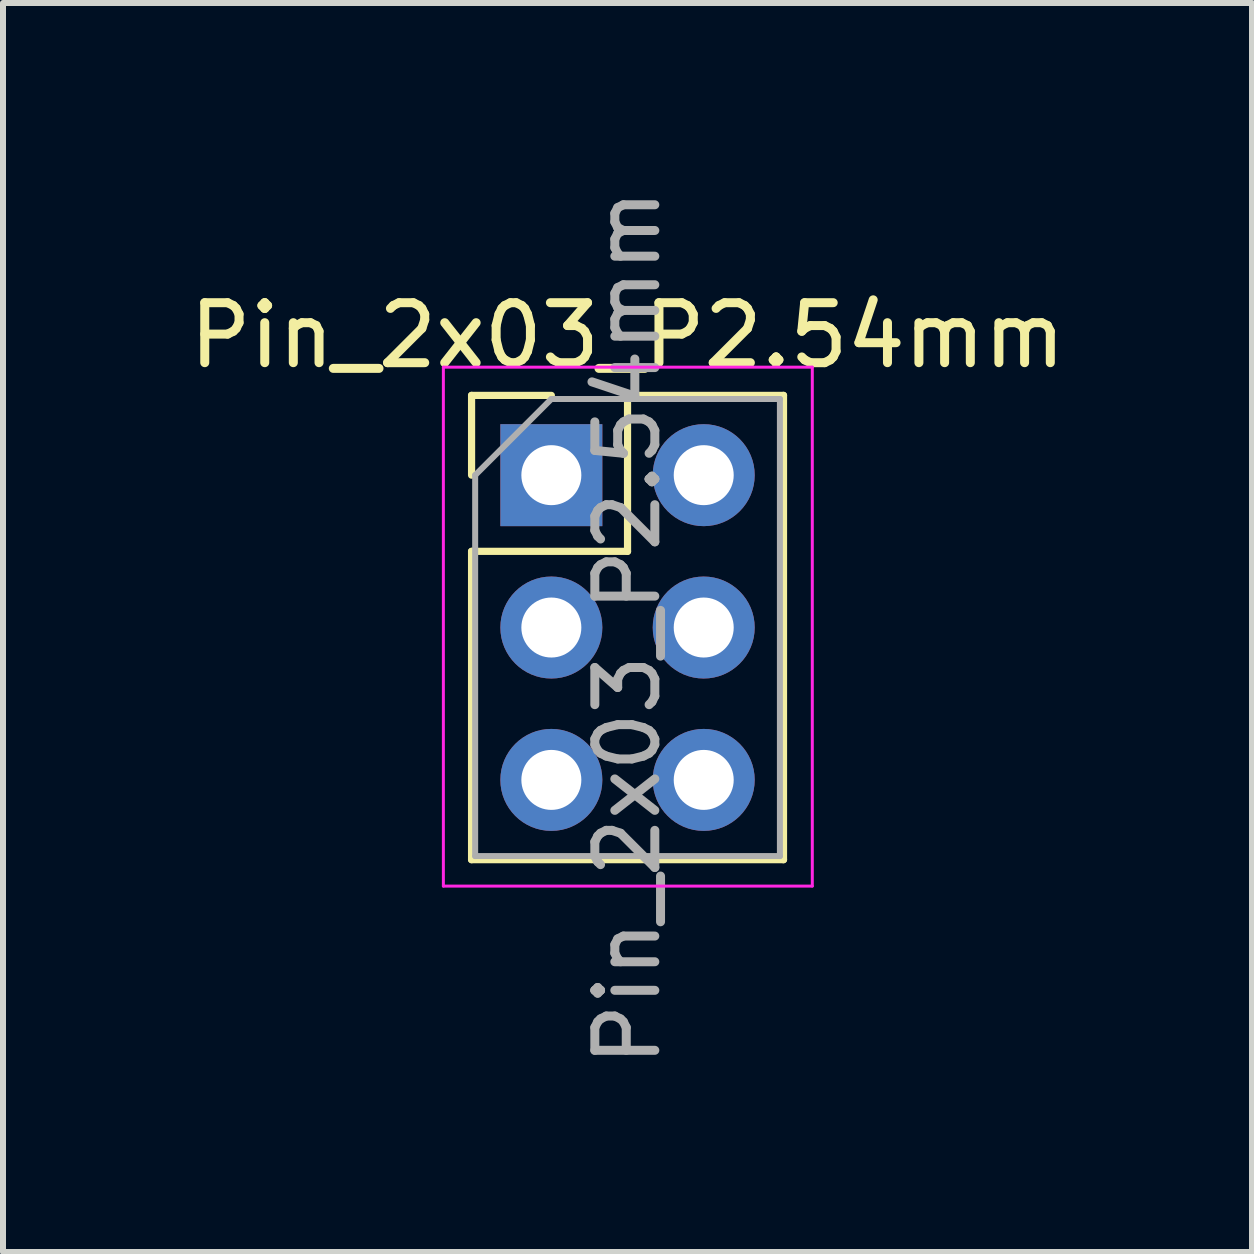
<source format=kicad_pcb>
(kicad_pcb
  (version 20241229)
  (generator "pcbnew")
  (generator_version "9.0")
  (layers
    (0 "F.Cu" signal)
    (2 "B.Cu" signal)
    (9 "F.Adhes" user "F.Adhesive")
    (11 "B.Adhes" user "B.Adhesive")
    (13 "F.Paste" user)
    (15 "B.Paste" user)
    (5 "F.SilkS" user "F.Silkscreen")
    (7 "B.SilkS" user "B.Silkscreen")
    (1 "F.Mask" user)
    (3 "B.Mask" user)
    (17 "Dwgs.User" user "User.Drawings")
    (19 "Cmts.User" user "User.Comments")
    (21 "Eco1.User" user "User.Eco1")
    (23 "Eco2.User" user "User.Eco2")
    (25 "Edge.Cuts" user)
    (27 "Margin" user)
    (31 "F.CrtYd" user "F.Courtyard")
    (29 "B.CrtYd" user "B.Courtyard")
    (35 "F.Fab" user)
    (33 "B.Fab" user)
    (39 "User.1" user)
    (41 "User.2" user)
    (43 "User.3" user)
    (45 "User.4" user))
  (footprint "Pin_2x03_P2.54mm"
    (layer "F.Cu")
    (at 6.141 4.871)
    (property "Reference" "Pin_2x03_P2.54mm" (at 1.27 -2.33 180) (layer "F.SilkS") (effects (font (size 1 1) (thickness 0.15))))
    (attr through_hole exclude_from_bom)
    (fp_line (start -1.33 -1.33) (end 0 -1.33) (stroke (width 0.12) (type solid)) (layer "F.SilkS"))
    (fp_line (start -1.33 0) (end -1.33 -1.33) (stroke (width 0.12) (type solid)) (layer "F.SilkS"))
    (fp_line (start -1.33 1.27) (end -1.33 6.41) (stroke (width 0.12) (type solid)) (layer "F.SilkS"))
    (fp_line (start -1.33 1.27) (end 1.27 1.27) (stroke (width 0.12) (type solid)) (layer "F.SilkS"))
    (fp_line (start -1.33 6.41) (end 3.87 6.41) (stroke (width 0.12) (type solid)) (layer "F.SilkS"))
    (fp_line (start 1.27 -1.33) (end 3.87 -1.33) (stroke (width 0.12) (type solid)) (layer "F.SilkS"))
    (fp_line (start 1.27 1.27) (end 1.27 -1.33) (stroke (width 0.12) (type solid)) (layer "F.SilkS"))
    (fp_line (start 3.87 -1.33) (end 3.87 6.41) (stroke (width 0.12) (type solid)) (layer "F.SilkS"))
    (fp_line (start -1.8 -1.8) (end -1.8 6.85) (stroke (width 0.05) (type solid)) (layer "F.CrtYd"))
    (fp_line (start -1.8 6.85) (end 4.35 6.85) (stroke (width 0.05) (type solid)) (layer "F.CrtYd"))
    (fp_line (start 4.35 -1.8) (end -1.8 -1.8) (stroke (width 0.05) (type solid)) (layer "F.CrtYd"))
    (fp_line (start 4.35 6.85) (end 4.35 -1.8) (stroke (width 0.05) (type solid)) (layer "F.CrtYd"))
    (fp_line (start -1.27 0) (end 0 -1.27) (stroke (width 0.1) (type solid)) (layer "F.Fab"))
    (fp_line (start -1.27 6.35) (end -1.27 0) (stroke (width 0.1) (type solid)) (layer "F.Fab"))
    (fp_line (start 0 -1.27) (end 3.81 -1.27) (stroke (width 0.1) (type solid)) (layer "F.Fab"))
    (fp_line (start 3.81 -1.27) (end 3.81 6.35) (stroke (width 0.1) (type solid)) (layer "F.Fab"))
    (fp_line (start 3.81 6.35) (end -1.27 6.35) (stroke (width 0.1) (type solid)) (layer "F.Fab"))
    (fp_text user "${REFERENCE}" (at 1.27 2.54 90) (layer "F.Fab") (effects (font (size 1 1) (thickness 0.15))))
    (pad "1" thru_hole oval (at 0 5.08) (size 1.7 1.7) (drill 1) (layers "*.Cu" "*.Mask"))
    (pad "2" thru_hole oval (at 2.54 5.08) (size 1.7 1.7) (drill 1) (layers "*.Cu" "*.Mask"))
    (pad "3" thru_hole oval (at 0 2.54) (size 1.7 1.7) (drill 1) (layers "*.Cu" "*.Mask"))
    (pad "4" thru_hole oval (at 2.54 2.54) (size 1.7 1.7) (drill 1) (layers "*.Cu" "*.Mask"))
    (pad "5" thru_hole rect (at 0 0) (size 1.7 1.7) (drill 1) (layers "*.Cu" "*.Mask"))
    (pad "6" thru_hole oval (at 2.54 0) (size 1.7 1.7) (drill 1) (layers "*.Cu" "*.Mask")))
  (gr_rect
    (start -3 -3)
    (end 17.821 17.821)
    (stroke (width 0.1) (type default))
    (fill no)
    (layer "Edge.Cuts")))
</source>
